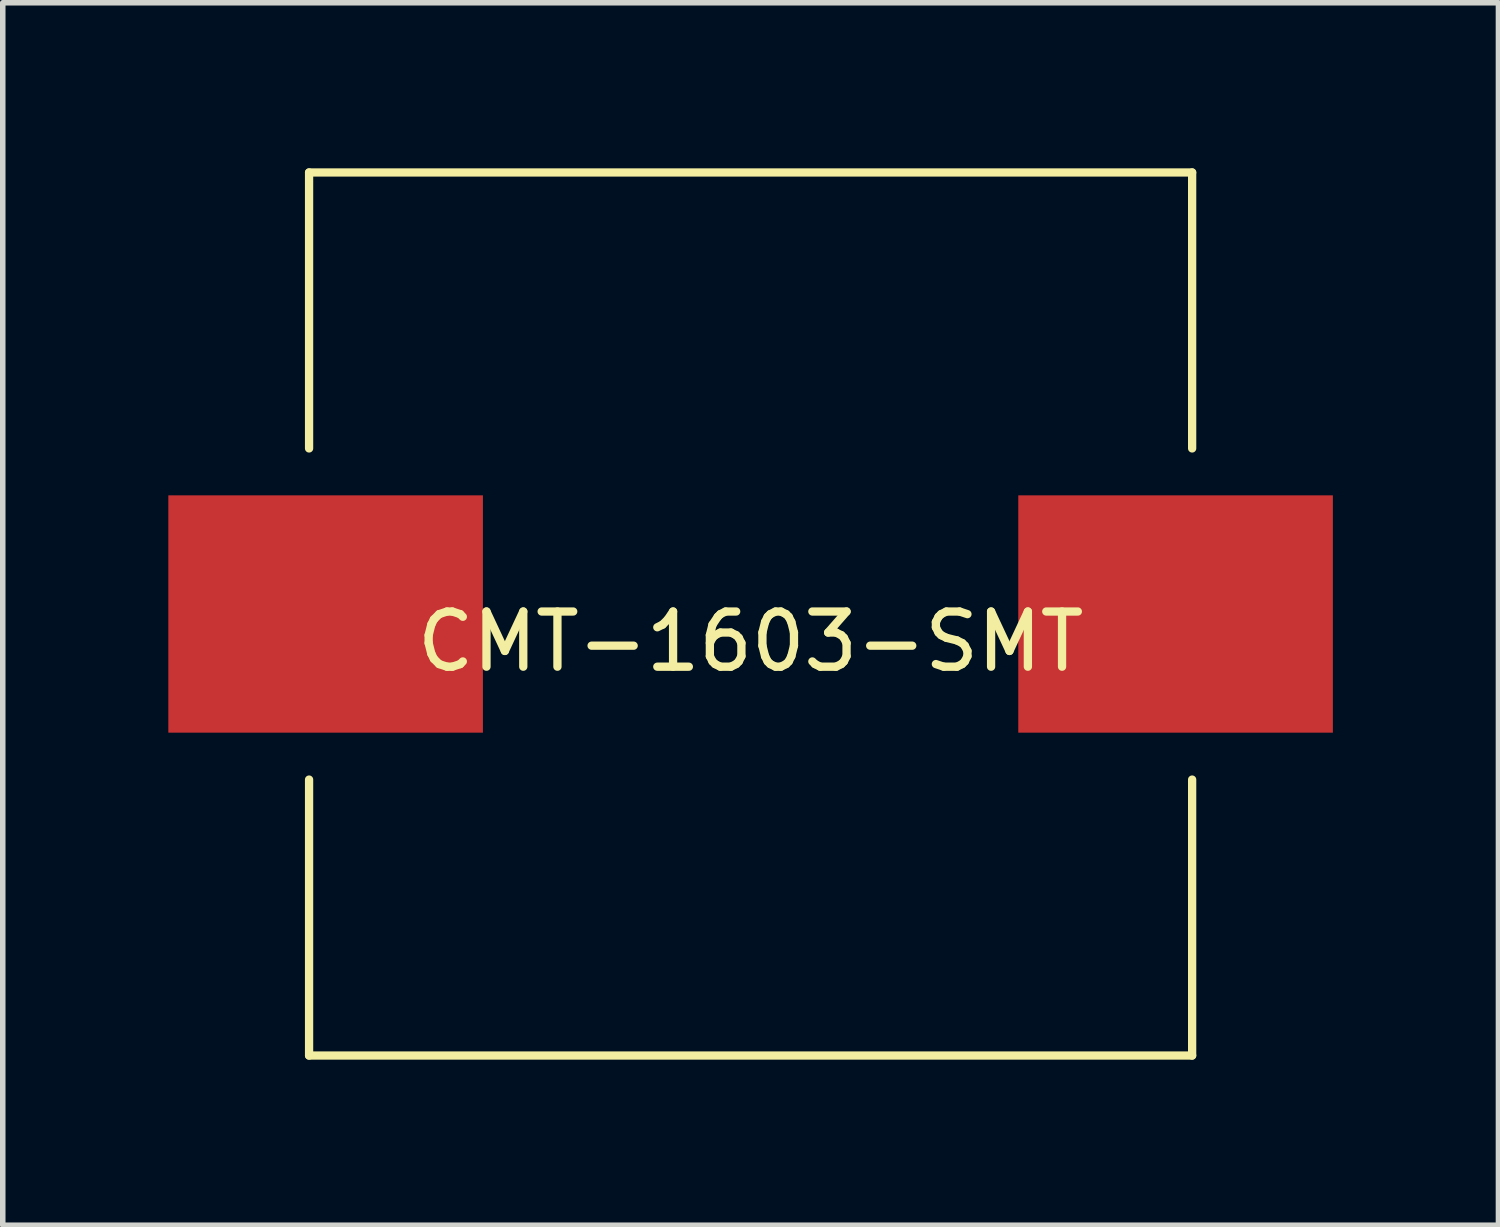
<source format=kicad_pcb>
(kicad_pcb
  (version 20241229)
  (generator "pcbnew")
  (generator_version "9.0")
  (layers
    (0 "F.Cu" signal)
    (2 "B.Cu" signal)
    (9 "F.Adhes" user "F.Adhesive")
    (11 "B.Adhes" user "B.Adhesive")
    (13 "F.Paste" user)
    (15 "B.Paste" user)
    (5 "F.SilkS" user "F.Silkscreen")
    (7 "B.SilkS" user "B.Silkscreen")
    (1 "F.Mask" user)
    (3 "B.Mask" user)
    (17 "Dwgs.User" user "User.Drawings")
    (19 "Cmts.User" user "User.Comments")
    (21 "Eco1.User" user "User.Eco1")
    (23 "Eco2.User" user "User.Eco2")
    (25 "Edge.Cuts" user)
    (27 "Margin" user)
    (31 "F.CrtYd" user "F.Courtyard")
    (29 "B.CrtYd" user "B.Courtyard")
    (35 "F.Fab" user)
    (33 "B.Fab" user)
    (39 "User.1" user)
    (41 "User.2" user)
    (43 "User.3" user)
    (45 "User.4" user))
  (footprint "CMT-1603-SMT"
    (layer "F.Cu")
    (at 10.55 8.075)
    (property "Reference" "CMT-1603-SMT" (at 0 0.5 0) (layer "F.SilkS") (effects (font (size 1 1) (thickness 0.15))))
    (attr through_hole)
    (fp_line (start -8 -8) (end -8 -3) (stroke (width 0.15) (type solid)) (layer "F.SilkS"))
    (fp_line (start -8 -8) (end 8 -8) (stroke (width 0.15) (type solid)) (layer "F.SilkS"))
    (fp_line (start -8 3) (end -8 8) (stroke (width 0.15) (type solid)) (layer "F.SilkS"))
    (fp_line (start -8 8) (end 8 8) (stroke (width 0.15) (type solid)) (layer "F.SilkS"))
    (fp_line (start 8 -8) (end 8 -3) (stroke (width 0.15) (type solid)) (layer "F.SilkS"))
    (fp_line (start 8 3) (end 8 8) (stroke (width 0.15) (type solid)) (layer "F.SilkS"))
    (pad "1" smd rect (at 4.85 0) (size 5.7 4.3) (drill (offset 2.85 0)) (layers "F.Cu" "F.Mask" "F.Paste"))
    (pad "2" smd rect (at -4.85 0) (size 5.7 4.3) (drill (offset -2.85 0)) (layers "F.Cu" "F.Mask" "F.Paste")))
  (gr_rect
    (start -3 -3)
    (end 24.1 19.15)
    (stroke (width 0.1) (type default))
    (fill no)
    (layer "Edge.Cuts")))
</source>
